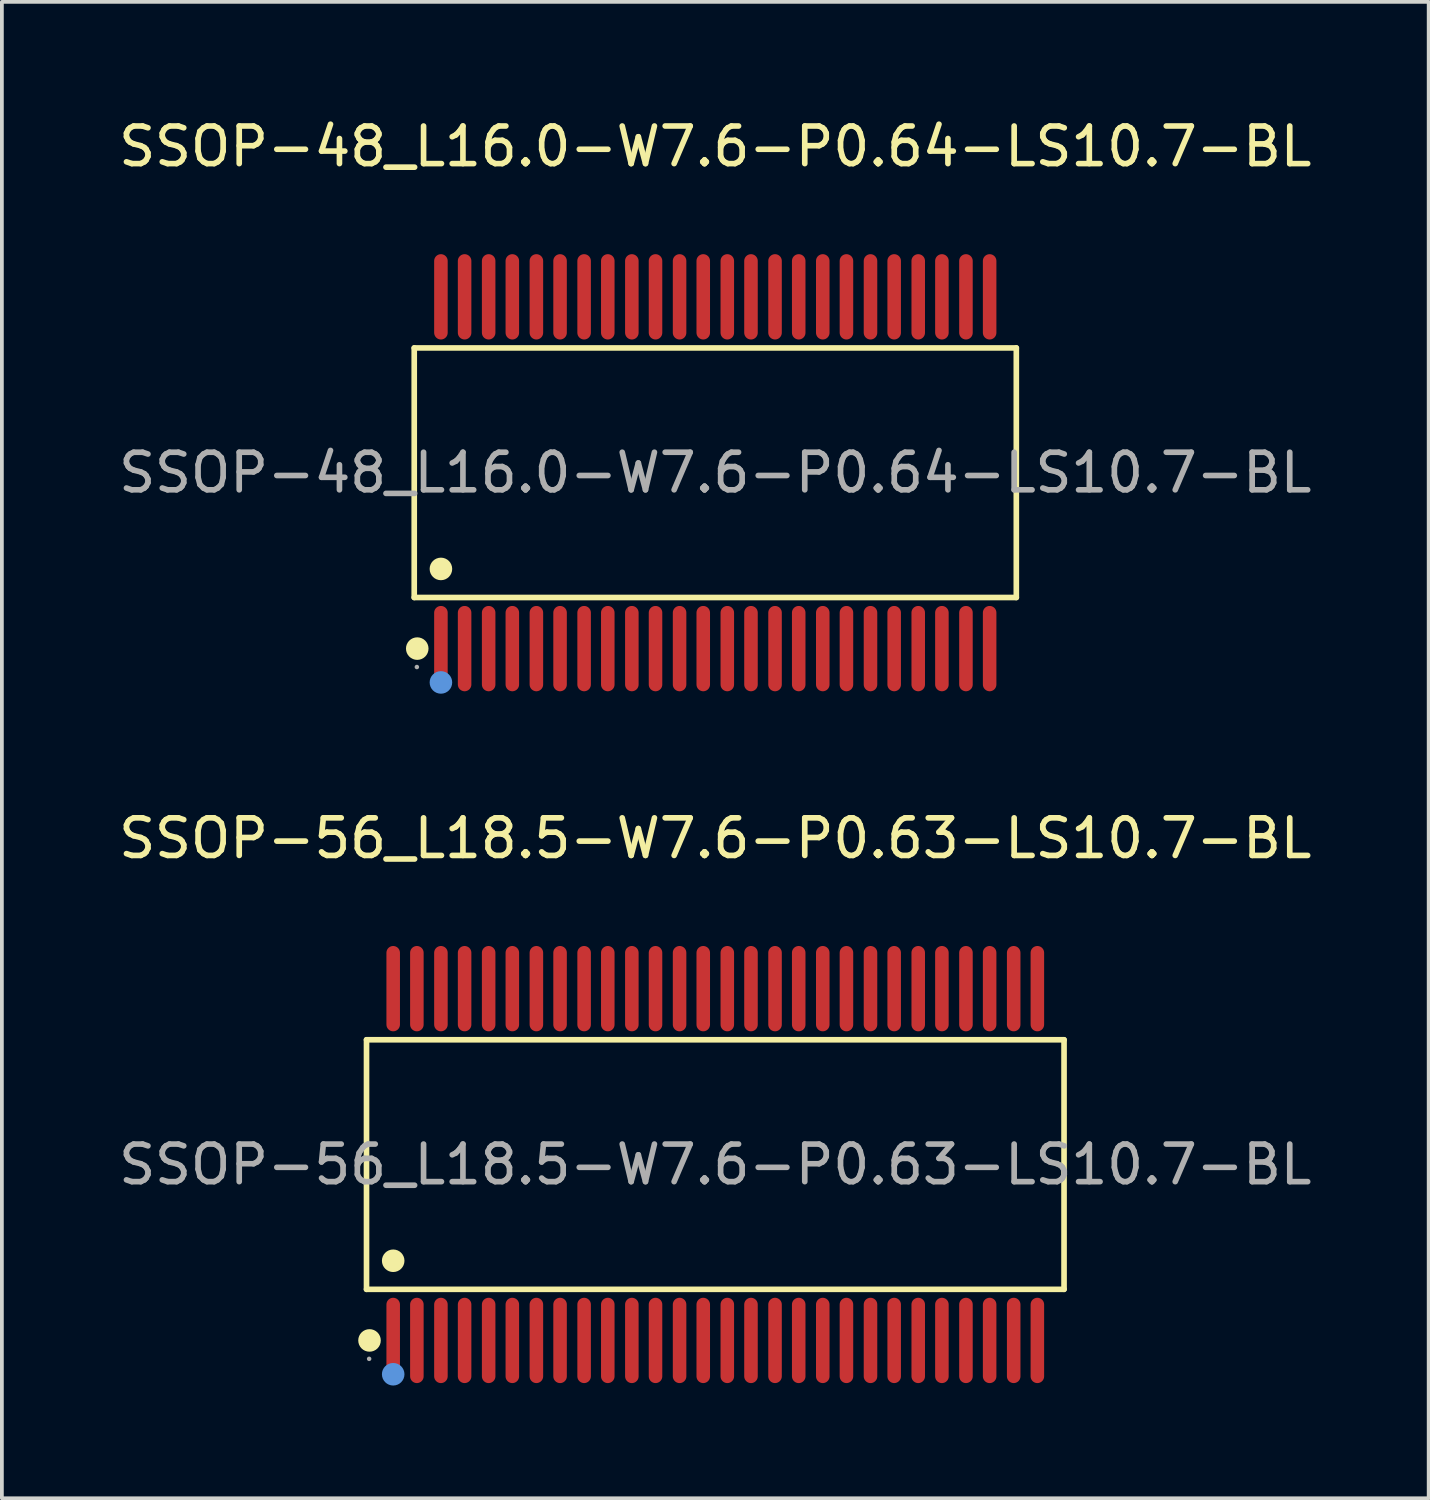
<source format=kicad_pcb>
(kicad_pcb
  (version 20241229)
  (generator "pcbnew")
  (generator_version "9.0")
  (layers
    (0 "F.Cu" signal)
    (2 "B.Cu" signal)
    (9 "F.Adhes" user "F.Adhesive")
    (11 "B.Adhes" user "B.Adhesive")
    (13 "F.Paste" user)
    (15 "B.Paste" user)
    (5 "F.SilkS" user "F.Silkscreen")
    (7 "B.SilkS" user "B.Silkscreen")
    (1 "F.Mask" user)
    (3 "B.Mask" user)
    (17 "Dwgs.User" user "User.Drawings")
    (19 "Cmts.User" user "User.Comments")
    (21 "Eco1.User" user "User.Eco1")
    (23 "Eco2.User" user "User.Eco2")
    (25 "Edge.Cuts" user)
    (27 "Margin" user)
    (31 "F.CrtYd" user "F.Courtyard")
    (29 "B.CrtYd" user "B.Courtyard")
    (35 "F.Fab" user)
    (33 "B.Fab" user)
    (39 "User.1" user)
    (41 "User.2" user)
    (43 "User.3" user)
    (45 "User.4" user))
  (footprint "SSOP-56_L18.5-W7.6-P0.63-LS10.7-BL"
    (layer "F.Cu")
    (at 15.982 27.936)
    (property "Reference" "SSOP-56_L18.5-W7.6-P0.63-LS10.7-BL" (at 0 -8.68 0) (layer "F.SilkS") (effects (font (size 1 1) (thickness 0.15))))
    (attr through_hole)
    (fp_line (start -9.28 -3.32) (end 9.28 -3.32) (stroke (width 0.15) (type solid)) (layer "F.SilkS"))
    (fp_line (start -9.28 3.32) (end -9.28 -3.32) (stroke (width 0.15) (type solid)) (layer "F.SilkS"))
    (fp_line (start 9.28 -3.32) (end 9.28 3.32) (stroke (width 0.15) (type solid)) (layer "F.SilkS"))
    (fp_line (start 9.28 3.32) (end -9.28 3.32) (stroke (width 0.15) (type solid)) (layer "F.SilkS"))
    (fp_circle (center -9.2 4.68) (end -9.05 4.68) (stroke (width 0.3) (type solid)) (fill no) (layer "F.SilkS"))
    (fp_circle (center -8.57 2.56) (end -8.42 2.56) (stroke (width 0.3) (type solid)) (fill no) (layer "F.SilkS"))
    (fp_circle (center -8.57 5.58) (end -8.42 5.58) (stroke (width 0.3) (type solid)) (fill no) (layer "Cmts.User"))
    (fp_circle (center -9.21 5.17) (end -9.18 5.17) (stroke (width 0.06) (type solid)) (fill no) (layer "F.Fab"))
    (fp_text user "${REFERENCE}" (at 0 0 0) (layer "F.Fab") (effects (font (size 1 1) (thickness 0.15))))
    (pad "1" smd oval (at -8.57 4.68) (size 0.36 2.27) (layers "F.Cu" "F.Mask" "F.Paste"))
    (pad "2" smd oval (at -7.94 4.68) (size 0.36 2.27) (layers "F.Cu" "F.Mask" "F.Paste"))
    (pad "3" smd oval (at -7.3 4.68) (size 0.36 2.27) (layers "F.Cu" "F.Mask" "F.Paste"))
    (pad "4" smd oval (at -6.67 4.68) (size 0.36 2.27) (layers "F.Cu" "F.Mask" "F.Paste"))
    (pad "5" smd oval (at -6.03 4.68) (size 0.36 2.27) (layers "F.Cu" "F.Mask" "F.Paste"))
    (pad "6" smd oval (at -5.4 4.68) (size 0.36 2.27) (layers "F.Cu" "F.Mask" "F.Paste"))
    (pad "7" smd oval (at -4.76 4.68) (size 0.36 2.27) (layers "F.Cu" "F.Mask" "F.Paste"))
    (pad "8" smd oval (at -4.13 4.68) (size 0.36 2.27) (layers "F.Cu" "F.Mask" "F.Paste"))
    (pad "9" smd oval (at -3.49 4.68) (size 0.36 2.27) (layers "F.Cu" "F.Mask" "F.Paste"))
    (pad "10" smd oval (at -2.86 4.68) (size 0.36 2.27) (layers "F.Cu" "F.Mask" "F.Paste"))
    (pad "11" smd oval (at -2.22 4.68) (size 0.36 2.27) (layers "F.Cu" "F.Mask" "F.Paste"))
    (pad "12" smd oval (at -1.59 4.68) (size 0.36 2.27) (layers "F.Cu" "F.Mask" "F.Paste"))
    (pad "13" smd oval (at -0.95 4.68) (size 0.36 2.27) (layers "F.Cu" "F.Mask" "F.Paste"))
    (pad "14" smd oval (at -0.32 4.68) (size 0.36 2.27) (layers "F.Cu" "F.Mask" "F.Paste"))
    (pad "15" smd oval (at 0.32 4.68) (size 0.36 2.27) (layers "F.Cu" "F.Mask" "F.Paste"))
    (pad "16" smd oval (at 0.95 4.68) (size 0.36 2.27) (layers "F.Cu" "F.Mask" "F.Paste"))
    (pad "17" smd oval (at 1.59 4.68) (size 0.36 2.27) (layers "F.Cu" "F.Mask" "F.Paste"))
    (pad "18" smd oval (at 2.22 4.68) (size 0.36 2.27) (layers "F.Cu" "F.Mask" "F.Paste"))
    (pad "19" smd oval (at 2.86 4.68) (size 0.36 2.27) (layers "F.Cu" "F.Mask" "F.Paste"))
    (pad "20" smd oval (at 3.49 4.68) (size 0.36 2.27) (layers "F.Cu" "F.Mask" "F.Paste"))
    (pad "21" smd oval (at 4.13 4.68) (size 0.36 2.27) (layers "F.Cu" "F.Mask" "F.Paste"))
    (pad "22" smd oval (at 4.76 4.68) (size 0.36 2.27) (layers "F.Cu" "F.Mask" "F.Paste"))
    (pad "23" smd oval (at 5.4 4.68) (size 0.36 2.27) (layers "F.Cu" "F.Mask" "F.Paste"))
    (pad "24" smd oval (at 6.03 4.68) (size 0.36 2.27) (layers "F.Cu" "F.Mask" "F.Paste"))
    (pad "25" smd oval (at 6.67 4.68) (size 0.36 2.27) (layers "F.Cu" "F.Mask" "F.Paste"))
    (pad "26" smd oval (at 7.3 4.68) (size 0.36 2.27) (layers "F.Cu" "F.Mask" "F.Paste"))
    (pad "27" smd oval (at 7.94 4.68) (size 0.36 2.27) (layers "F.Cu" "F.Mask" "F.Paste"))
    (pad "28" smd oval (at 8.57 4.68) (size 0.36 2.27) (layers "F.Cu" "F.Mask" "F.Paste"))
    (pad "29" smd oval (at 8.57 -4.68) (size 0.36 2.27) (layers "F.Cu" "F.Mask" "F.Paste"))
    (pad "30" smd oval (at 7.94 -4.68) (size 0.36 2.27) (layers "F.Cu" "F.Mask" "F.Paste"))
    (pad "31" smd oval (at 7.3 -4.68) (size 0.36 2.27) (layers "F.Cu" "F.Mask" "F.Paste"))
    (pad "32" smd oval (at 6.67 -4.68) (size 0.36 2.27) (layers "F.Cu" "F.Mask" "F.Paste"))
    (pad "33" smd oval (at 6.03 -4.68) (size 0.36 2.27) (layers "F.Cu" "F.Mask" "F.Paste"))
    (pad "34" smd oval (at 5.4 -4.68) (size 0.36 2.27) (layers "F.Cu" "F.Mask" "F.Paste"))
    (pad "35" smd oval (at 4.76 -4.68) (size 0.36 2.27) (layers "F.Cu" "F.Mask" "F.Paste"))
    (pad "36" smd oval (at 4.13 -4.68) (size 0.36 2.27) (layers "F.Cu" "F.Mask" "F.Paste"))
    (pad "37" smd oval (at 3.49 -4.68) (size 0.36 2.27) (layers "F.Cu" "F.Mask" "F.Paste"))
    (pad "38" smd oval (at 2.86 -4.68) (size 0.36 2.27) (layers "F.Cu" "F.Mask" "F.Paste"))
    (pad "39" smd oval (at 2.22 -4.68) (size 0.36 2.27) (layers "F.Cu" "F.Mask" "F.Paste"))
    (pad "40" smd oval (at 1.59 -4.68) (size 0.36 2.27) (layers "F.Cu" "F.Mask" "F.Paste"))
    (pad "41" smd oval (at 0.95 -4.68) (size 0.36 2.27) (layers "F.Cu" "F.Mask" "F.Paste"))
    (pad "42" smd oval (at 0.32 -4.68) (size 0.36 2.27) (layers "F.Cu" "F.Mask" "F.Paste"))
    (pad "43" smd oval (at -0.32 -4.68) (size 0.36 2.27) (layers "F.Cu" "F.Mask" "F.Paste"))
    (pad "44" smd oval (at -0.95 -4.68) (size 0.36 2.27) (layers "F.Cu" "F.Mask" "F.Paste"))
    (pad "45" smd oval (at -1.59 -4.68) (size 0.36 2.27) (layers "F.Cu" "F.Mask" "F.Paste"))
    (pad "46" smd oval (at -2.22 -4.68) (size 0.36 2.27) (layers "F.Cu" "F.Mask" "F.Paste"))
    (pad "47" smd oval (at -2.86 -4.68) (size 0.36 2.27) (layers "F.Cu" "F.Mask" "F.Paste"))
    (pad "48" smd oval (at -3.49 -4.68) (size 0.36 2.27) (layers "F.Cu" "F.Mask" "F.Paste"))
    (pad "49" smd oval (at -4.13 -4.68) (size 0.36 2.27) (layers "F.Cu" "F.Mask" "F.Paste"))
    (pad "50" smd oval (at -4.76 -4.68) (size 0.36 2.27) (layers "F.Cu" "F.Mask" "F.Paste"))
    (pad "51" smd oval (at -5.4 -4.68) (size 0.36 2.27) (layers "F.Cu" "F.Mask" "F.Paste"))
    (pad "52" smd oval (at -6.03 -4.68) (size 0.36 2.27) (layers "F.Cu" "F.Mask" "F.Paste"))
    (pad "53" smd oval (at -6.67 -4.68) (size 0.36 2.27) (layers "F.Cu" "F.Mask" "F.Paste"))
    (pad "54" smd oval (at -7.3 -4.68) (size 0.36 2.27) (layers "F.Cu" "F.Mask" "F.Paste"))
    (pad "55" smd oval (at -7.94 -4.68) (size 0.36 2.27) (layers "F.Cu" "F.Mask" "F.Paste"))
    (pad "56" smd oval (at -8.57 -4.68) (size 0.36 2.27) (layers "F.Cu" "F.Mask" "F.Paste")))
  (footprint "SSOP-48_L16.0-W7.6-P0.64-LS10.7-BL"
    (layer "F.Cu")
    (at 15.982 9.528)
    (property "Reference" "SSOP-48_L16.0-W7.6-P0.64-LS10.7-BL" (at 0 -8.68 0) (layer "F.SilkS") (effects (font (size 1 1) (thickness 0.15))))
    (attr through_hole)
    (fp_line (start -8.01 -3.32) (end 8.01 -3.32) (stroke (width 0.15) (type solid)) (layer "F.SilkS"))
    (fp_line (start -8.01 3.32) (end -8.01 -3.32) (stroke (width 0.15) (type solid)) (layer "F.SilkS"))
    (fp_line (start 8.01 -3.32) (end 8.01 3.32) (stroke (width 0.15) (type solid)) (layer "F.SilkS"))
    (fp_line (start 8.01 3.32) (end -8.01 3.32) (stroke (width 0.15) (type solid)) (layer "F.SilkS"))
    (fp_circle (center -7.93 4.68) (end -7.78 4.68) (stroke (width 0.3) (type solid)) (fill no) (layer "F.SilkS"))
    (fp_circle (center -7.3 2.56) (end -7.15 2.56) (stroke (width 0.3) (type solid)) (fill no) (layer "F.SilkS"))
    (fp_circle (center -7.3 5.58) (end -7.15 5.58) (stroke (width 0.3) (type solid)) (fill no) (layer "Cmts.User"))
    (fp_circle (center -7.94 5.17) (end -7.91 5.17) (stroke (width 0.06) (type solid)) (fill no) (layer "F.Fab"))
    (fp_text user "${REFERENCE}" (at 0 0 0) (layer "F.Fab") (effects (font (size 1 1) (thickness 0.15))))
    (pad "1" smd oval (at -7.3 4.68) (size 0.36 2.27) (layers "F.Cu" "F.Mask" "F.Paste"))
    (pad "2" smd oval (at -6.67 4.68) (size 0.36 2.27) (layers "F.Cu" "F.Mask" "F.Paste"))
    (pad "3" smd oval (at -6.03 4.68) (size 0.36 2.27) (layers "F.Cu" "F.Mask" "F.Paste"))
    (pad "4" smd oval (at -5.4 4.68) (size 0.36 2.27) (layers "F.Cu" "F.Mask" "F.Paste"))
    (pad "5" smd oval (at -4.76 4.68) (size 0.36 2.27) (layers "F.Cu" "F.Mask" "F.Paste"))
    (pad "6" smd oval (at -4.13 4.68) (size 0.36 2.27) (layers "F.Cu" "F.Mask" "F.Paste"))
    (pad "7" smd oval (at -3.49 4.68) (size 0.36 2.27) (layers "F.Cu" "F.Mask" "F.Paste"))
    (pad "8" smd oval (at -2.86 4.68) (size 0.36 2.27) (layers "F.Cu" "F.Mask" "F.Paste"))
    (pad "9" smd oval (at -2.22 4.68) (size 0.36 2.27) (layers "F.Cu" "F.Mask" "F.Paste"))
    (pad "10" smd oval (at -1.59 4.68) (size 0.36 2.27) (layers "F.Cu" "F.Mask" "F.Paste"))
    (pad "11" smd oval (at -0.95 4.68) (size 0.36 2.27) (layers "F.Cu" "F.Mask" "F.Paste"))
    (pad "12" smd oval (at -0.32 4.68) (size 0.36 2.27) (layers "F.Cu" "F.Mask" "F.Paste"))
    (pad "13" smd oval (at 0.32 4.68) (size 0.36 2.27) (layers "F.Cu" "F.Mask" "F.Paste"))
    (pad "14" smd oval (at 0.95 4.68) (size 0.36 2.27) (layers "F.Cu" "F.Mask" "F.Paste"))
    (pad "15" smd oval (at 1.59 4.68) (size 0.36 2.27) (layers "F.Cu" "F.Mask" "F.Paste"))
    (pad "16" smd oval (at 2.22 4.68) (size 0.36 2.27) (layers "F.Cu" "F.Mask" "F.Paste"))
    (pad "17" smd oval (at 2.86 4.68) (size 0.36 2.27) (layers "F.Cu" "F.Mask" "F.Paste"))
    (pad "18" smd oval (at 3.49 4.68) (size 0.36 2.27) (layers "F.Cu" "F.Mask" "F.Paste"))
    (pad "19" smd oval (at 4.13 4.68) (size 0.36 2.27) (layers "F.Cu" "F.Mask" "F.Paste"))
    (pad "20" smd oval (at 4.76 4.68) (size 0.36 2.27) (layers "F.Cu" "F.Mask" "F.Paste"))
    (pad "21" smd oval (at 5.4 4.68) (size 0.36 2.27) (layers "F.Cu" "F.Mask" "F.Paste"))
    (pad "22" smd oval (at 6.03 4.68) (size 0.36 2.27) (layers "F.Cu" "F.Mask" "F.Paste"))
    (pad "23" smd oval (at 6.67 4.68) (size 0.36 2.27) (layers "F.Cu" "F.Mask" "F.Paste"))
    (pad "24" smd oval (at 7.3 4.68) (size 0.36 2.27) (layers "F.Cu" "F.Mask" "F.Paste"))
    (pad "25" smd oval (at 7.3 -4.68) (size 0.36 2.27) (layers "F.Cu" "F.Mask" "F.Paste"))
    (pad "26" smd oval (at 6.67 -4.68) (size 0.36 2.27) (layers "F.Cu" "F.Mask" "F.Paste"))
    (pad "27" smd oval (at 6.03 -4.68) (size 0.36 2.27) (layers "F.Cu" "F.Mask" "F.Paste"))
    (pad "28" smd oval (at 5.4 -4.68) (size 0.36 2.27) (layers "F.Cu" "F.Mask" "F.Paste"))
    (pad "29" smd oval (at 4.76 -4.68) (size 0.36 2.27) (layers "F.Cu" "F.Mask" "F.Paste"))
    (pad "30" smd oval (at 4.13 -4.68) (size 0.36 2.27) (layers "F.Cu" "F.Mask" "F.Paste"))
    (pad "31" smd oval (at 3.49 -4.68) (size 0.36 2.27) (layers "F.Cu" "F.Mask" "F.Paste"))
    (pad "32" smd oval (at 2.86 -4.68) (size 0.36 2.27) (layers "F.Cu" "F.Mask" "F.Paste"))
    (pad "33" smd oval (at 2.22 -4.68) (size 0.36 2.27) (layers "F.Cu" "F.Mask" "F.Paste"))
    (pad "34" smd oval (at 1.59 -4.68) (size 0.36 2.27) (layers "F.Cu" "F.Mask" "F.Paste"))
    (pad "35" smd oval (at 0.95 -4.68) (size 0.36 2.27) (layers "F.Cu" "F.Mask" "F.Paste"))
    (pad "36" smd oval (at 0.32 -4.68) (size 0.36 2.27) (layers "F.Cu" "F.Mask" "F.Paste"))
    (pad "37" smd oval (at -0.32 -4.68) (size 0.36 2.27) (layers "F.Cu" "F.Mask" "F.Paste"))
    (pad "38" smd oval (at -0.95 -4.68) (size 0.36 2.27) (layers "F.Cu" "F.Mask" "F.Paste"))
    (pad "39" smd oval (at -1.59 -4.68) (size 0.36 2.27) (layers "F.Cu" "F.Mask" "F.Paste"))
    (pad "40" smd oval (at -2.22 -4.68) (size 0.36 2.27) (layers "F.Cu" "F.Mask" "F.Paste"))
    (pad "41" smd oval (at -2.86 -4.68) (size 0.36 2.27) (layers "F.Cu" "F.Mask" "F.Paste"))
    (pad "42" smd oval (at -3.49 -4.68) (size 0.36 2.27) (layers "F.Cu" "F.Mask" "F.Paste"))
    (pad "43" smd oval (at -4.13 -4.68) (size 0.36 2.27) (layers "F.Cu" "F.Mask" "F.Paste"))
    (pad "44" smd oval (at -4.76 -4.68) (size 0.36 2.27) (layers "F.Cu" "F.Mask" "F.Paste"))
    (pad "45" smd oval (at -5.4 -4.68) (size 0.36 2.27) (layers "F.Cu" "F.Mask" "F.Paste"))
    (pad "46" smd oval (at -6.03 -4.68) (size 0.36 2.27) (layers "F.Cu" "F.Mask" "F.Paste"))
    (pad "47" smd oval (at -6.67 -4.68) (size 0.36 2.27) (layers "F.Cu" "F.Mask" "F.Paste"))
    (pad "48" smd oval (at -7.3 -4.68) (size 0.36 2.27) (layers "F.Cu" "F.Mask" "F.Paste")))
  (gr_rect
    (start -3 -3)
    (end 34.964 36.816)
    (stroke (width 0.1) (type default))
    (fill no)
    (layer "Edge.Cuts")))
</source>
